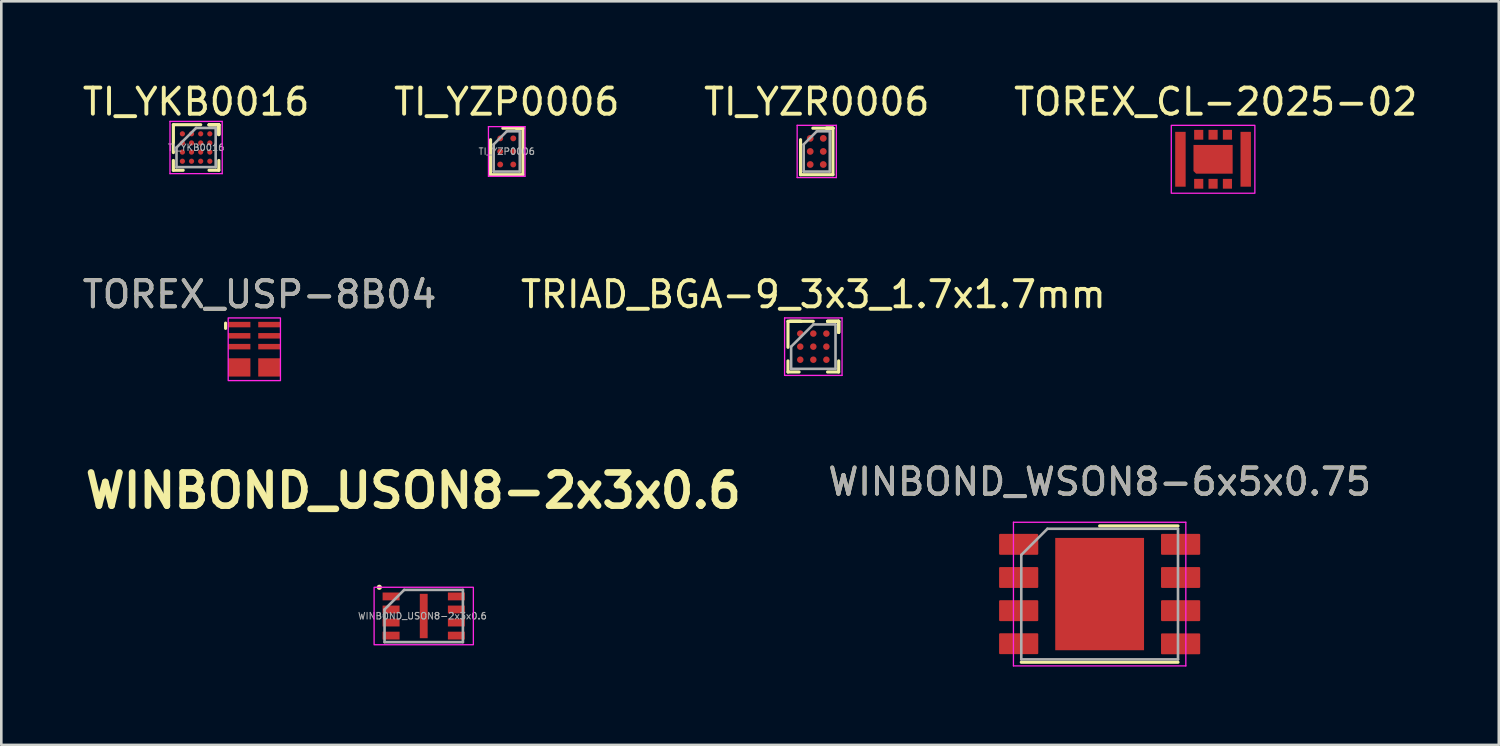
<source format=kicad_pcb>
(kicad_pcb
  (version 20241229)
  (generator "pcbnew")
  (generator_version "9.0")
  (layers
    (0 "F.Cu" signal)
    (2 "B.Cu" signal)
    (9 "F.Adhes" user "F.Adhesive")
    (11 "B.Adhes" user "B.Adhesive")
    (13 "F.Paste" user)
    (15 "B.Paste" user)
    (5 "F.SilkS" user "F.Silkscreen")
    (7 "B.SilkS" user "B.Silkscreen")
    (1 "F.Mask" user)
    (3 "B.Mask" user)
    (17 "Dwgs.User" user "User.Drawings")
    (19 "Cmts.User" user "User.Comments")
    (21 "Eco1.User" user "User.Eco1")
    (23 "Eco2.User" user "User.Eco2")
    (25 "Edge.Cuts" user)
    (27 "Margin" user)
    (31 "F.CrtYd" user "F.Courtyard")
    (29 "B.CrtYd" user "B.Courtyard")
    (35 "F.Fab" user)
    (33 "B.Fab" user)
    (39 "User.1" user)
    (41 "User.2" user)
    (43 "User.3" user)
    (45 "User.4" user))
  (footprint "WINBOND_USON8-2x3x0.6"
    (layer "F.Cu")
    (at 13.173 20.535)
    (property "Reference" "WINBOND_USON8-2x3x0.6" (at -0.4 -4.8 0) (layer "F.SilkS") (effects (font (size 1.27 1.27) (thickness 0.254))))
    (attr smd)
    (fp_circle (center -1.7 -1.1) (end -1.6 -1.1) (stroke (width 0) (type solid)) (fill yes) (layer "F.SilkS"))
    (fp_rect (start -1.05 -0.85) (end -1.7 -0.65) (stroke (width 0) (type solid)) (fill yes) (layer "F.Paste"))
    (fp_rect (start -1.05 -0.35) (end -1.7 -0.15) (stroke (width 0) (type solid)) (fill yes) (layer "F.Paste"))
    (fp_rect (start -1.05 0.15) (end -1.7 0.35) (stroke (width 0) (type solid)) (fill yes) (layer "F.Paste"))
    (fp_rect (start -1.05 0.65) (end -1.7 0.85) (stroke (width 0) (type solid)) (fill yes) (layer "F.Paste"))
    (fp_rect (start -0.11 -0.6) (end 0.11 -0.1) (stroke (width 0) (type solid)) (fill yes) (layer "F.Paste"))
    (fp_rect (start -0.11 0.1) (end 0.11 0.6) (stroke (width 0) (type solid)) (fill yes) (layer "F.Paste"))
    (fp_rect (start 1.7 -0.85) (end 1.05 -0.65) (stroke (width 0) (type solid)) (fill yes) (layer "F.Paste"))
    (fp_rect (start 1.7 -0.35) (end 1.05 -0.15) (stroke (width 0) (type solid)) (fill yes) (layer "F.Paste"))
    (fp_rect (start 1.7 0.15) (end 1.05 0.35) (stroke (width 0) (type solid)) (fill yes) (layer "F.Paste"))
    (fp_rect (start 1.7 0.65) (end 1.05 0.85) (stroke (width 0) (type solid)) (fill yes) (layer "F.Paste"))
    (fp_rect (start 1.9 1.1) (end -1.9 -1.1) (stroke (width 0.05) (type solid)) (fill no) (layer "F.CrtYd"))
    (fp_line (start -1.5 -0.25) (end -0.75 -1) (stroke (width 0.1) (type solid)) (layer "F.Fab"))
    (fp_line (start -1.5 1) (end -1.5 -0.25) (stroke (width 0.1) (type solid)) (layer "F.Fab"))
    (fp_line (start -0.75 -1) (end 1.5 -1) (stroke (width 0.1) (type solid)) (layer "F.Fab"))
    (fp_line (start 1.5 -1) (end 1.5 1) (stroke (width 0.1) (type solid)) (layer "F.Fab"))
    (fp_line (start 1.5 1) (end -1.5 1) (stroke (width 0.1) (type solid)) (layer "F.Fab"))
    (fp_text user "${REFERENCE}" (at -0.05 0 0) (layer "F.Fab") (effects (font (size 0.25 0.25) (thickness 0.04))))
    (pad "1" smd rect (at -1.25 -0.75 90) (size 0.3 0.65) (layers "F.Cu" "F.Mask"))
    (pad "2" smd rect (at -1.25 -0.25 90) (size 0.3 0.65) (layers "F.Cu" "F.Mask"))
    (pad "3" smd rect (at -1.25 0.25 90) (size 0.3 0.65) (layers "F.Cu" "F.Mask"))
    (pad "4" smd rect (at -1.25 0.75 90) (size 0.3 0.65) (layers "F.Cu" "F.Mask"))
    (pad "5" smd rect (at 1.25 0.75 90) (size 0.3 0.65) (layers "F.Cu" "F.Mask"))
    (pad "6" smd rect (at 1.25 0.25 90) (size 0.3 0.65) (layers "F.Cu" "F.Mask"))
    (pad "7" smd rect (at 1.25 -0.25 90) (size 0.3 0.65) (layers "F.Cu" "F.Mask"))
    (pad "8" smd rect (at 1.25 -0.75 90) (size 0.3 0.65) (layers "F.Cu" "F.Mask"))
    (pad "9" smd rect (at 0 0) (size 0.3 1.7) (layers "F.Cu" "F.Mask")))
  (footprint "TOREX_USP-8B04"
    (layer "F.Cu")
    (at 6.687 10.322)
    (property "Reference" "TOREX_USP-8B04" (at 0.2 -2.1 0) (unlocked yes) (layer "F.SilkS") (effects (font (size 1 1) (thickness 0.15))))
    (attr smd)
    (fp_line (start -1.1 -1) (end -1.1 -0.8) (stroke (width 0.12) (type solid)) (layer "F.SilkS"))
    (fp_rect (start 1 1.2) (end -1 -1.2) (stroke (width 0.05) (type solid)) (fill no) (layer "F.CrtYd"))
    (fp_text user "${REFERENCE}" (at 0.2 -2.1 0) (unlocked yes) (layer "F.Fab") (effects (font (size 1 1) (thickness 0.15))))
    (pad "1" smd rect (at -0.575 -0.945 180) (size 0.85 0.21) (layers "F.Cu" "F.Mask" "F.Paste"))
    (pad "2" smd rect (at -0.575 -0.515 180) (size 0.85 0.21) (layers "F.Cu" "F.Mask" "F.Paste"))
    (pad "3" smd rect (at -0.575 -0.1 180) (size 0.85 0.21) (layers "F.Cu" "F.Mask" "F.Paste"))
    (pad "4" smd rect (at 0.575 -0.1 180) (size 0.85 0.21) (layers "F.Cu" "F.Mask" "F.Paste"))
    (pad "5" smd rect (at 0.575 -0.515 180) (size 0.85 0.21) (layers "F.Cu" "F.Mask" "F.Paste"))
    (pad "6" smd rect (at 0.575 -0.945 180) (size 0.85 0.21) (layers "F.Cu" "F.Mask" "F.Paste"))
    (pad "7" smd rect (at -0.575 0.695 180) (size 0.85 0.7) (layers "F.Cu" "F.Mask" "F.Paste"))
    (pad "8" smd rect (at 0.575 0.695 180) (size 0.85 0.7) (layers "F.Cu" "F.Mask" "F.Paste")))
  (footprint "WINBOND_WSON8-6x5x0.75"
    (layer "F.Cu")
    (at 39.051 19.695)
    (property "Reference" "WINBOND_WSON8-6x5x0.75" (at 0 -4.3 0) (unlocked yes) (layer "F.SilkS") (effects (font (size 1 1) (thickness 0.15))))
    (attr smd)
    (fp_line (start -3 2.61) (end 3 2.61) (stroke (width 0.12) (type solid)) (layer "F.SilkS"))
    (fp_line (start 0 -2.61) (end 3 -2.61) (stroke (width 0.12) (type solid)) (layer "F.SilkS"))
    (fp_rect (start -3.85 -2.25) (end -2.45 -1.55) (stroke (width 0) (type solid)) (fill yes) (layer "F.Paste"))
    (fp_rect (start -3.85 -0.985) (end -2.45 -0.285) (stroke (width 0) (type solid)) (fill yes) (layer "F.Paste"))
    (fp_rect (start -3.85 0.285) (end -2.45 0.985) (stroke (width 0) (type solid)) (fill yes) (layer "F.Paste"))
    (fp_rect (start -3.85 1.555) (end -2.45 2.255) (stroke (width 0) (type solid)) (fill yes) (layer "F.Paste"))
    (fp_rect (start 3.85 -1.555) (end 2.45 -2.255) (stroke (width 0) (type solid)) (fill yes) (layer "F.Paste"))
    (fp_rect (start 3.85 -0.285) (end 2.45 -0.985) (stroke (width 0) (type solid)) (fill yes) (layer "F.Paste"))
    (fp_rect (start 3.85 0.985) (end 2.45 0.285) (stroke (width 0) (type solid)) (fill yes) (layer "F.Paste"))
    (fp_rect (start 3.85 2.255) (end 2.45 1.555) (stroke (width 0) (type solid)) (fill yes) (layer "F.Paste"))
    (fp_line (start -3.3 -2.75) (end -3.3 2.75) (stroke (width 0.05) (type solid)) (layer "F.CrtYd"))
    (fp_line (start -3.3 2.75) (end 3.3 2.75) (stroke (width 0.05) (type solid)) (layer "F.CrtYd"))
    (fp_line (start 3.3 -2.75) (end -3.3 -2.75) (stroke (width 0.05) (type solid)) (layer "F.CrtYd"))
    (fp_line (start 3.3 2.75) (end 3.3 -2.75) (stroke (width 0.05) (type solid)) (layer "F.CrtYd"))
    (fp_line (start -3 -1.5) (end -2 -2.5) (stroke (width 0.1) (type solid)) (layer "F.Fab"))
    (fp_line (start -3 2.5) (end -3 -1.5) (stroke (width 0.1) (type solid)) (layer "F.Fab"))
    (fp_line (start -2 -2.5) (end 3 -2.5) (stroke (width 0.1) (type solid)) (layer "F.Fab"))
    (fp_line (start 3 -2.5) (end 3 2.5) (stroke (width 0.1) (type solid)) (layer "F.Fab"))
    (fp_line (start 3 2.5) (end -3 2.5) (stroke (width 0.1) (type solid)) (layer "F.Fab"))
    (fp_text user "${REFERENCE}" (at 0 -4.3 0) (layer "F.Fab") (effects (font (size 1 1) (thickness 0.15))))
    (pad "" smd roundrect (at -0.85 -1) (size 1.37 1.61) (layers "F.Paste") (roundrect_rratio 0.182))
    (pad "" smd roundrect (at -0.85 1) (size 1.37 1.61) (layers "F.Paste") (roundrect_rratio 0.182))
    (pad "" smd roundrect (at 0.85 -1) (size 1.37 1.61) (layers "F.Paste") (roundrect_rratio 0.182))
    (pad "" smd roundrect (at 0.85 1) (size 1.37 1.61) (layers "F.Paste") (roundrect_rratio 0.182))
    (pad "1" smd roundrect (at -3.1 -1.905) (size 1.5 0.8) (layers "F.Cu" "F.Mask") (roundrect_rratio 0.05))
    (pad "2" smd roundrect (at -3.1 -0.635) (size 1.5 0.8) (layers "F.Cu" "F.Mask") (roundrect_rratio 0.05))
    (pad "3" smd roundrect (at -3.1 0.635) (size 1.5 0.8) (layers "F.Cu" "F.Mask") (roundrect_rratio 0.05))
    (pad "4" smd roundrect (at -3.1 1.9) (size 1.5 0.8) (layers "F.Cu" "F.Mask") (roundrect_rratio 0.05))
    (pad "5" smd roundrect (at 3.1 1.905) (size 1.5 0.8) (layers "F.Cu" "F.Mask") (roundrect_rratio 0.05))
    (pad "6" smd roundrect (at 3.1 0.635) (size 1.5 0.8) (layers "F.Cu" "F.Mask") (roundrect_rratio 0.05))
    (pad "7" smd roundrect (at 3.1 -0.635) (size 1.5 0.8) (layers "F.Cu" "F.Mask") (roundrect_rratio 0.05))
    (pad "8" smd roundrect (at 3.1 -1.905) (size 1.5 0.8) (layers "F.Cu" "F.Mask") (roundrect_rratio 0.05))
    (pad "9" smd rect (at 0 0) (size 3.4 4.3) (layers "F.Cu" "F.Mask")))
  (footprint "TI_YZR0006"
    (layer "F.Cu")
    (at 28.22 2.748)
    (property "Reference" "TI_YZR0006" (at 0 -1.9 0) (layer "F.SilkS") (effects (font (size 1 1) (thickness 0.15))))
    (attr smd)
    (fp_line (start -0.62 0.89) (end -0.62 -0.45) (stroke (width 0.12) (type solid)) (layer "F.SilkS"))
    (fp_line (start -0.15 -0.89) (end 0.62 -0.89) (stroke (width 0.12) (type solid)) (layer "F.SilkS"))
    (fp_line (start 0.37 -0.89) (end 0.62 -0.89) (stroke (width 0.12) (type solid)) (layer "F.SilkS"))
    (fp_line (start 0.37 -0.89) (end 0.62 -0.89) (stroke (width 0.12) (type solid)) (layer "F.SilkS"))
    (fp_line (start 0.62 0.89) (end -0.62 0.89) (stroke (width 0.12) (type solid)) (layer "F.SilkS"))
    (fp_line (start 0.62 0.89) (end 0.62 -0.89) (stroke (width 0.12) (type solid)) (layer "F.SilkS"))
    (fp_line (start -0.75 -1) (end 0.75 -1) (stroke (width 0.05) (type solid)) (layer "F.CrtYd"))
    (fp_line (start -0.75 1) (end -0.75 -1) (stroke (width 0.05) (type solid)) (layer "F.CrtYd"))
    (fp_line (start 0.75 -1) (end 0.75 1) (stroke (width 0.05) (type solid)) (layer "F.CrtYd"))
    (fp_line (start 0.75 1) (end -0.75 1) (stroke (width 0.05) (type solid)) (layer "F.CrtYd"))
    (fp_line (start -0.5 -0.27) (end -0.5 0.77) (stroke (width 0.1) (type solid)) (layer "F.Fab"))
    (fp_line (start -0.5 0.77) (end 0.5 0.77) (stroke (width 0.1) (type solid)) (layer "F.Fab"))
    (fp_line (start 0 -0.77) (end -0.5 -0.27) (stroke (width 0.1) (type solid)) (layer "F.Fab"))
    (fp_line (start 0.5 -0.77) (end 0 -0.77) (stroke (width 0.1) (type solid)) (layer "F.Fab"))
    (fp_line (start 0.5 0.77) (end 0.5 -0.77) (stroke (width 0.1) (type solid)) (layer "F.Fab"))
    (pad "A1" smd circle (at -0.25 -0.5) (size 0.26 0.26) (layers "F.Cu" "F.Mask" "F.Paste"))
    (pad "A2" smd circle (at 0.25 -0.5) (size 0.26 0.26) (layers "F.Cu" "F.Mask" "F.Paste"))
    (pad "B1" smd circle (at -0.25 0) (size 0.26 0.26) (layers "F.Cu" "F.Mask" "F.Paste"))
    (pad "B2" smd circle (at 0.25 0) (size 0.26 0.26) (layers "F.Cu" "F.Mask" "F.Paste"))
    (pad "C1" smd circle (at -0.25 0.5) (size 0.26 0.26) (layers "F.Cu" "F.Mask" "F.Paste"))
    (pad "C2" smd circle (at 0.25 0.5) (size 0.26 0.26) (layers "F.Cu" "F.Mask" "F.Paste")))
  (footprint "TRIAD_BGA-9_3x3_1.7x1.7mm"
    (layer "F.Cu")
    (at 28.089 10.222)
    (property "Reference" "TRIAD_BGA-9_3x3_1.7x1.7mm" (at 0 -2 0) (layer "F.SilkS") (effects (font (size 1 1) (thickness 0.15))))
    (attr through_hole)
    (fp_line (start -0.97 -0.97) (end -0.475 -0.97) (stroke (width 0.12) (type solid)) (layer "F.SilkS"))
    (fp_line (start -0.97 0.025) (end -0.97 -0.97) (stroke (width 0.12) (type solid)) (layer "F.SilkS"))
    (fp_line (start -0.97 0.97) (end -0.97 0.545) (stroke (width 0.12) (type solid)) (layer "F.SilkS"))
    (fp_line (start -0.9 -0.97) (end -0.475 -0.97) (stroke (width 0.12) (type solid)) (layer "F.SilkS"))
    (fp_line (start -0.9 -0.97) (end 0 -0.97) (stroke (width 0.12) (type solid)) (layer "F.SilkS"))
    (fp_line (start -0.545 0.97) (end -0.97 0.97) (stroke (width 0.12) (type solid)) (layer "F.SilkS"))
    (fp_line (start 0.545 -0.97) (end 0.97 -0.97) (stroke (width 0.12) (type solid)) (layer "F.SilkS"))
    (fp_line (start 0.545 -0.97) (end 0.97 -0.97) (stroke (width 0.12) (type solid)) (layer "F.SilkS"))
    (fp_line (start 0.545 -0.97) (end 0.97 -0.97) (stroke (width 0.12) (type solid)) (layer "F.SilkS"))
    (fp_line (start 0.545 0.97) (end 0.97 0.97) (stroke (width 0.12) (type solid)) (layer "F.SilkS"))
    (fp_line (start 0.97 -0.97) (end 0.97 -0.545) (stroke (width 0.12) (type solid)) (layer "F.SilkS"))
    (fp_line (start 0.97 -0.97) (end 0.97 -0.545) (stroke (width 0.12) (type solid)) (layer "F.SilkS"))
    (fp_line (start 0.97 -0.97) (end 0.97 -0.545) (stroke (width 0.12) (type solid)) (layer "F.SilkS"))
    (fp_line (start 0.97 0.97) (end 0.97 0.545) (stroke (width 0.12) (type solid)) (layer "F.SilkS"))
    (fp_line (start -1.1 -1.1) (end 1.1 -1.1) (stroke (width 0.05) (type solid)) (layer "F.CrtYd"))
    (fp_line (start -1.1 1.1) (end -1.1 -1.1) (stroke (width 0.05) (type solid)) (layer "F.CrtYd"))
    (fp_line (start 1.1 -1.1) (end 1.1 1.1) (stroke (width 0.05) (type solid)) (layer "F.CrtYd"))
    (fp_line (start 1.1 1.1) (end -1.1 1.1) (stroke (width 0.05) (type solid)) (layer "F.CrtYd"))
    (fp_line (start -0.85 0) (end -0.85 0.85) (stroke (width 0.1) (type solid)) (layer "F.Fab"))
    (fp_line (start -0.85 0.85) (end 0.85 0.85) (stroke (width 0.1) (type solid)) (layer "F.Fab"))
    (fp_line (start 0 -0.85) (end -0.85 0) (stroke (width 0.1) (type solid)) (layer "F.Fab"))
    (fp_line (start 0.85 -0.85) (end 0 -0.85) (stroke (width 0.1) (type solid)) (layer "F.Fab"))
    (fp_line (start 0.85 0.85) (end 0.85 -0.85) (stroke (width 0.1) (type solid)) (layer "F.Fab"))
    (pad "A1" smd circle (at -0.5 -0.5) (size 0.25 0.25) (layers "F.Cu" "F.Mask" "F.Paste"))
    (pad "A2" smd circle (at 0 -0.5) (size 0.25 0.25) (layers "F.Cu" "F.Mask" "F.Paste"))
    (pad "A3" smd circle (at 0.5 -0.5) (size 0.25 0.25) (layers "F.Cu" "F.Mask" "F.Paste"))
    (pad "B1" smd circle (at -0.5 0) (size 0.25 0.25) (layers "F.Cu" "F.Mask" "F.Paste"))
    (pad "B2" smd circle (at 0 0) (size 0.25 0.25) (layers "F.Cu" "F.Mask" "F.Paste"))
    (pad "B3" smd circle (at 0.5 0) (size 0.25 0.25) (layers "F.Cu" "F.Mask" "F.Paste"))
    (pad "C1" smd circle (at -0.5 0.5) (size 0.25 0.25) (layers "F.Cu" "F.Mask" "F.Paste"))
    (pad "C2" smd circle (at 0 0.5) (size 0.25 0.25) (layers "F.Cu" "F.Mask" "F.Paste"))
    (pad "C3" smd circle (at 0.5 0.5) (size 0.25 0.25) (layers "F.Cu" "F.Mask" "F.Paste")))
  (footprint "TI_YZP0006"
    (layer "F.Cu")
    (at 16.351 2.748)
    (property "Reference" "TI_YZP0006" (at 0 -1.9 0) (layer "F.SilkS") (effects (font (size 1 1) (thickness 0.15))))
    (attr smd)
    (fp_line (start -0.62 0.89) (end -0.62 -0.45) (stroke (width 0.12) (type solid)) (layer "F.SilkS"))
    (fp_line (start -0.15 -0.89) (end 0.62 -0.89) (stroke (width 0.12) (type solid)) (layer "F.SilkS"))
    (fp_line (start 0.37 -0.89) (end 0.62 -0.89) (stroke (width 0.12) (type solid)) (layer "F.SilkS"))
    (fp_line (start 0.37 -0.89) (end 0.62 -0.89) (stroke (width 0.12) (type solid)) (layer "F.SilkS"))
    (fp_line (start 0.62 0.89) (end -0.62 0.89) (stroke (width 0.12) (type solid)) (layer "F.SilkS"))
    (fp_line (start 0.62 0.89) (end 0.62 -0.89) (stroke (width 0.12) (type solid)) (layer "F.SilkS"))
    (fp_line (start -0.7 -0.95) (end 0.7 -0.95) (stroke (width 0.05) (type solid)) (layer "F.CrtYd"))
    (fp_line (start -0.7 0.95) (end -0.7 -0.95) (stroke (width 0.05) (type solid)) (layer "F.CrtYd"))
    (fp_line (start 0.7 -0.95) (end 0.7 0.95) (stroke (width 0.05) (type solid)) (layer "F.CrtYd"))
    (fp_line (start 0.7 0.95) (end -0.7 0.95) (stroke (width 0.05) (type solid)) (layer "F.CrtYd"))
    (fp_line (start -0.5 -0.27) (end -0.5 0.77) (stroke (width 0.1) (type solid)) (layer "F.Fab"))
    (fp_line (start -0.5 0.77) (end 0.5 0.77) (stroke (width 0.1) (type solid)) (layer "F.Fab"))
    (fp_line (start 0 -0.77) (end -0.5 -0.27) (stroke (width 0.1) (type solid)) (layer "F.Fab"))
    (fp_line (start 0.5 -0.77) (end 0 -0.77) (stroke (width 0.1) (type solid)) (layer "F.Fab"))
    (fp_line (start 0.5 0.77) (end 0.5 -0.77) (stroke (width 0.1) (type solid)) (layer "F.Fab"))
    (fp_text user "${REFERENCE}" (at 0 0 0) (unlocked yes) (layer "F.Fab") (effects (font (size 0.25 0.25) (thickness 0.04))))
    (pad "A1" smd circle (at -0.25 -0.5) (size 0.225 0.225) (layers "F.Cu" "F.Mask" "F.Paste"))
    (pad "A2" smd circle (at 0.25 -0.5) (size 0.225 0.225) (layers "F.Cu" "F.Mask" "F.Paste"))
    (pad "B1" smd circle (at -0.25 0) (size 0.225 0.225) (layers "F.Cu" "F.Mask" "F.Paste"))
    (pad "B2" smd circle (at 0.25 0) (size 0.225 0.225) (layers "F.Cu" "F.Mask" "F.Paste"))
    (pad "C1" smd circle (at -0.25 0.5) (size 0.225 0.225) (layers "F.Cu" "F.Mask" "F.Paste"))
    (pad "C2" smd circle (at 0.25 0.5) (size 0.225 0.225) (layers "F.Cu" "F.Mask" "F.Paste")))
  (footprint "TOREX_CL-2025-02"
    (layer "F.Cu")
    (at 43.394 3.048)
    (property "Reference" "TOREX_CL-2025-02" (at 0.1 -2.2 0) (unlocked yes) (layer "F.SilkS") (effects (font (size 1 1) (thickness 0.15))))
    (attr smd)
    (fp_rect (start -1.413 -1.025) (end -1.087 1.025) (stroke (width 0) (type solid)) (fill yes) (layer "F.Paste"))
    (fp_rect (start -0.7 -1.087) (end -0.4 -0.787) (stroke (width 0) (type solid)) (fill yes) (layer "F.Paste"))
    (fp_rect (start -0.7 0.787) (end -0.4 1.087) (stroke (width 0) (type solid)) (fill yes) (layer "F.Paste"))
    (fp_rect (start -0.65 -0.45) (end -0.25 0.45) (stroke (width 0) (type solid)) (fill yes) (layer "F.Paste"))
    (fp_rect (start -0.15 -1.087) (end 0.15 -0.787) (stroke (width 0) (type solid)) (fill yes) (layer "F.Paste"))
    (fp_rect (start -0.15 0.787) (end 0.15 1.087) (stroke (width 0) (type solid)) (fill yes) (layer "F.Paste"))
    (fp_rect (start 0.25 -0.45) (end 0.65 0.45) (stroke (width 0) (type solid)) (fill yes) (layer "F.Paste"))
    (fp_rect (start 0.4 -1.087) (end 0.7 -0.787) (stroke (width 0) (type solid)) (fill yes) (layer "F.Paste"))
    (fp_rect (start 0.4 0.787) (end 0.7 1.087) (stroke (width 0) (type solid)) (fill yes) (layer "F.Paste"))
    (fp_rect (start 1.087 -1.025) (end 1.413 1.025) (stroke (width 0) (type solid)) (fill yes) (layer "F.Paste"))
    (fp_rect (start -1.6 -1.3) (end 1.6 1.3) (stroke (width 0.05) (type solid)) (fill no) (layer "F.CrtYd"))
    (pad "1" smd rect (at -0.55 0.938) (size 0.35 0.375) (layers "F.Cu" "F.Mask"))
    (pad "2" smd rect (at 0 0.938) (size 0.35 0.375) (layers "F.Cu" "F.Mask"))
    (pad "3" smd rect (at 0.55 0.938) (size 0.35 0.375) (layers "F.Cu" "F.Mask"))
    (pad "4" smd rect (at 0.55 -0.938) (size 0.35 0.375) (layers "F.Cu" "F.Mask"))
    (pad "5" smd rect (at 0 -0.938) (size 0.35 0.375) (layers "F.Cu" "F.Mask"))
    (pad "6" smd rect (at -0.55 -0.938) (size 0.35 0.375) (layers "F.Cu" "F.Mask"))
    (pad "7" smd rect (at -1.25 0) (size 0.4 2.1) (layers "F.Cu" "F.Mask"))
    (pad "8" smd rect (at 1.25 0) (size 0.4 2.1) (layers "F.Cu" "F.Mask"))
    (pad "9" smd custom (at 0 0) (size 1 1) (layers "F.Cu" "F.Mask") (options (anchor rect)) (primitives (gr_poly (pts (xy 0.75 0.55) (xy -0.65 0.55) (xy -0.75 0.45) (xy -0.75 -0.55) (xy 0.75 -0.55)) (width 0) (fill yes)) (gr_poly (pts (xy 0.75 0.55) (xy -0.65 0.55) (xy -0.75 0.45) (xy -0.75 -0.55) (xy 0.75 -0.55)) (width 0) (fill yes)))))
  (footprint "TI_YKB0016"
    (layer "F.Cu")
    (at 4.458 2.598)
    (property "Reference" "TI_YKB0016" (at 0 -1.75 0) (layer "F.SilkS") (effects (font (size 1 1) (thickness 0.15))))
    (attr smd)
    (fp_line (start -0.87 -0.874) (end 0.177 -0.874) (stroke (width 0.12) (type default)) (layer "F.SilkS"))
    (fp_line (start -0.87 0.194) (end -0.87 -0.874) (stroke (width 0.12) (type default)) (layer "F.SilkS"))
    (fp_line (start -0.87 0.87) (end -0.87 0.495) (stroke (width 0.12) (type default)) (layer "F.SilkS"))
    (fp_line (start -0.495 0.87) (end -0.87 0.87) (stroke (width 0.12) (type default)) (layer "F.SilkS"))
    (fp_line (start 0.495 -0.87) (end 0.87 -0.87) (stroke (width 0.12) (type default)) (layer "F.SilkS"))
    (fp_line (start 0.495 -0.87) (end 0.87 -0.87) (stroke (width 0.12) (type default)) (layer "F.SilkS"))
    (fp_line (start 0.495 -0.87) (end 0.87 -0.87) (stroke (width 0.12) (type default)) (layer "F.SilkS"))
    (fp_line (start 0.495 0.87) (end 0.87 0.87) (stroke (width 0.12) (type default)) (layer "F.SilkS"))
    (fp_line (start 0.87 -0.87) (end 0.87 -0.495) (stroke (width 0.12) (type default)) (layer "F.SilkS"))
    (fp_line (start 0.87 -0.87) (end 0.87 -0.495) (stroke (width 0.12) (type default)) (layer "F.SilkS"))
    (fp_line (start 0.87 -0.87) (end 0.87 -0.495) (stroke (width 0.12) (type default)) (layer "F.SilkS"))
    (fp_line (start 0.87 0.87) (end 0.87 0.495) (stroke (width 0.12) (type default)) (layer "F.SilkS"))
    (fp_line (start -1 -1) (end 1 -1) (stroke (width 0.05) (type default)) (layer "F.CrtYd"))
    (fp_line (start -1 1) (end -1 -1) (stroke (width 0.05) (type default)) (layer "F.CrtYd"))
    (fp_line (start 1 -1) (end 1 1) (stroke (width 0.05) (type default)) (layer "F.CrtYd"))
    (fp_line (start 1 1) (end -1 1) (stroke (width 0.05) (type default)) (layer "F.CrtYd"))
    (fp_line (start -0.75 0) (end -0.75 0.75) (stroke (width 0.1) (type default)) (layer "F.Fab"))
    (fp_line (start -0.75 0.75) (end 0.75 0.75) (stroke (width 0.1) (type default)) (layer "F.Fab"))
    (fp_line (start 0 -0.75) (end -0.75 0) (stroke (width 0.1) (type default)) (layer "F.Fab"))
    (fp_line (start 0.75 -0.75) (end 0 -0.75) (stroke (width 0.1) (type default)) (layer "F.Fab"))
    (fp_line (start 0.75 0.75) (end 0.75 -0.75) (stroke (width 0.1) (type default)) (layer "F.Fab"))
    (fp_text user "${REFERENCE}" (at 0 0 0) (unlocked yes) (layer "F.Fab") (effects (font (size 0.25 0.25) (thickness 0.04))))
    (pad "A1" smd circle (at -0.525 -0.525) (size 0.2 0.2) (layers "F.Cu" "F.Mask" "F.Paste"))
    (pad "A2" smd circle (at -0.175 -0.525) (size 0.2 0.2) (layers "F.Cu" "F.Mask" "F.Paste"))
    (pad "A3" smd circle (at 0.175 -0.525) (size 0.2 0.2) (layers "F.Cu" "F.Mask" "F.Paste"))
    (pad "A4" smd circle (at 0.525 -0.525) (size 0.2 0.2) (layers "F.Cu" "F.Mask" "F.Paste"))
    (pad "B1" smd circle (at -0.525 -0.175) (size 0.2 0.2) (layers "F.Cu" "F.Mask" "F.Paste"))
    (pad "B2" smd circle (at -0.175 -0.175) (size 0.2 0.2) (layers "F.Cu" "F.Mask" "F.Paste"))
    (pad "B3" smd circle (at 0.175 -0.175) (size 0.2 0.2) (layers "F.Cu" "F.Mask" "F.Paste"))
    (pad "B4" smd circle (at 0.525 -0.175) (size 0.2 0.2) (layers "F.Cu" "F.Mask" "F.Paste"))
    (pad "C1" smd circle (at -0.525 0.175) (size 0.2 0.2) (layers "F.Cu" "F.Mask" "F.Paste"))
    (pad "C2" smd circle (at -0.175 0.175) (size 0.2 0.2) (layers "F.Cu" "F.Mask" "F.Paste"))
    (pad "C3" smd circle (at 0.175 0.175) (size 0.2 0.2) (layers "F.Cu" "F.Mask" "F.Paste"))
    (pad "C4" smd circle (at 0.525 0.175) (size 0.2 0.2) (layers "F.Cu" "F.Mask" "F.Paste"))
    (pad "D1" smd circle (at -0.525 0.525) (size 0.2 0.2) (layers "F.Cu" "F.Mask" "F.Paste"))
    (pad "D2" smd circle (at -0.175 0.525) (size 0.2 0.2) (layers "F.Cu" "F.Mask" "F.Paste"))
    (pad "D3" smd circle (at 0.175 0.525) (size 0.2 0.2) (layers "F.Cu" "F.Mask" "F.Paste"))
    (pad "D4" smd circle (at 0.525 0.525) (size 0.2 0.2) (layers "F.Cu" "F.Mask" "F.Paste")))
  (gr_rect
    (start -3 -3)
    (end 54.333 25.47)
    (stroke (width 0.1) (type default))
    (fill no)
    (layer "Edge.Cuts")))
</source>
